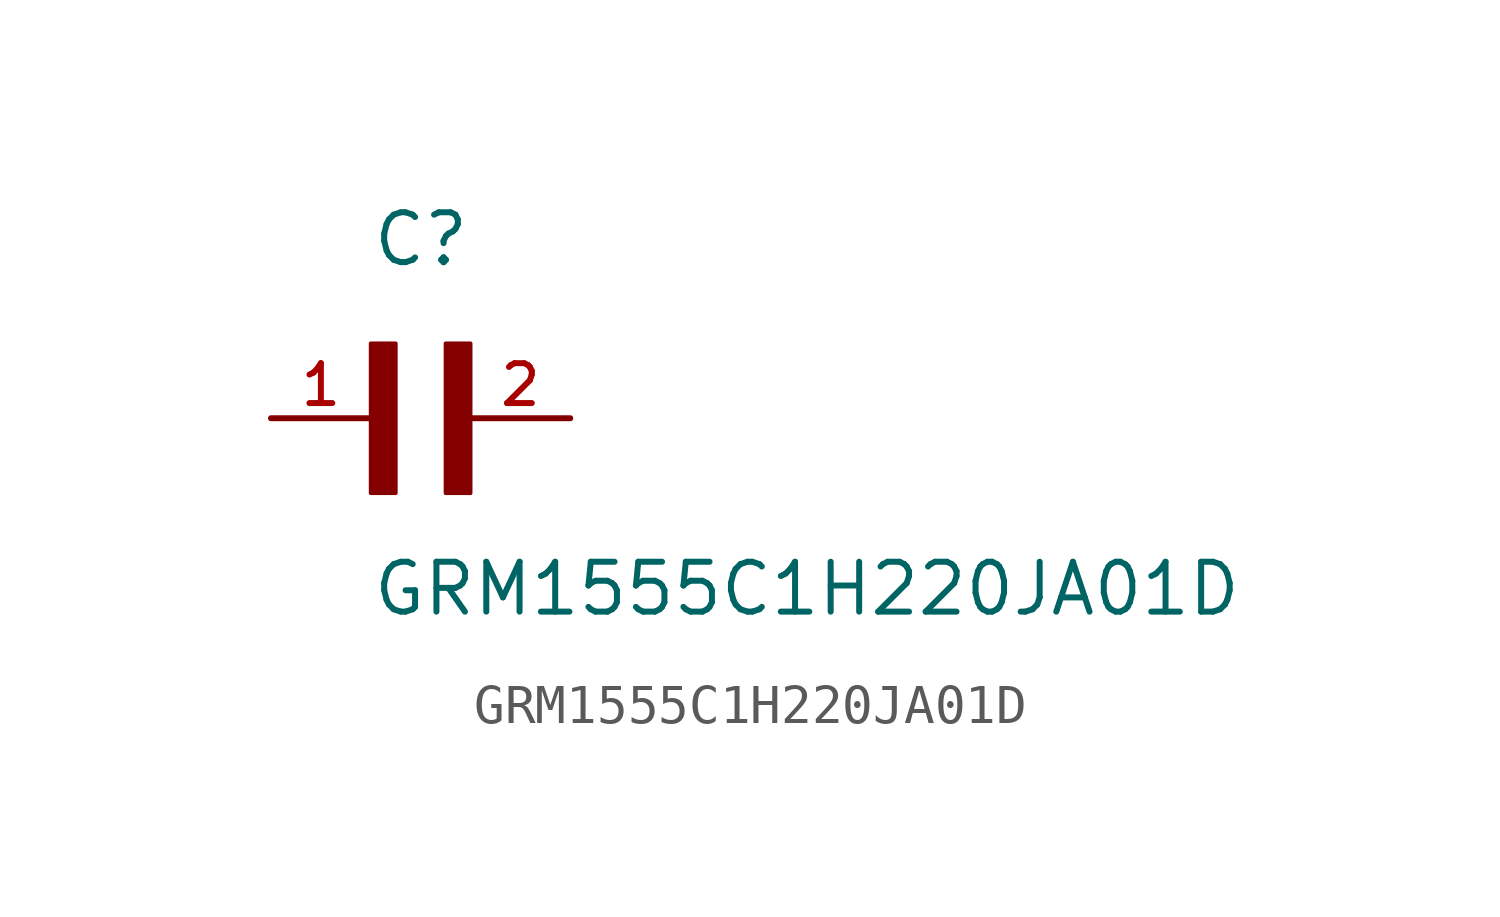
<source format=kicad_sym>
(kicad_symbol_lib
  (version 20211014)
  (generator kicad_symbol_editor)
  (symbol "GRM1555C1H220JA01D"
    (pin_names
      (offset 1.016))
    (property "Reference" "C"
      (at 0.0 3.811 0)
      (effects (font (size 1.27 1.27)) (justify bottom left)))
    (property "Value" "GRM1555C1H220JA01D"
      (at 0.0 -5.088 0)
      (effects (font (size 1.27 1.27)) (justify bottom left)))
    (symbol "GRM1555C1H220JA01D_0_0"
      (rectangle (start 0.0 -1.907) (end 0.635 1.905) (stroke (width 0.1)) (fill (type outline)))
      (rectangle (start 1.907 -1.907) (end 2.54 1.905) (stroke (width 0.1)) (fill (type outline)))
      (pin passive line (at 5.08 0.0 180.0) (length 2.54) (name "~" (effects (font (size 1.016 1.016)))) (number "2" (effects (font (size 1.016 1.016)))))
      (pin passive line (at -2.54 0.0 0) (length 2.54) (name "~" (effects (font (size 1.016 1.016)))) (number "1" (effects (font (size 1.016 1.016))))))))
</source>
